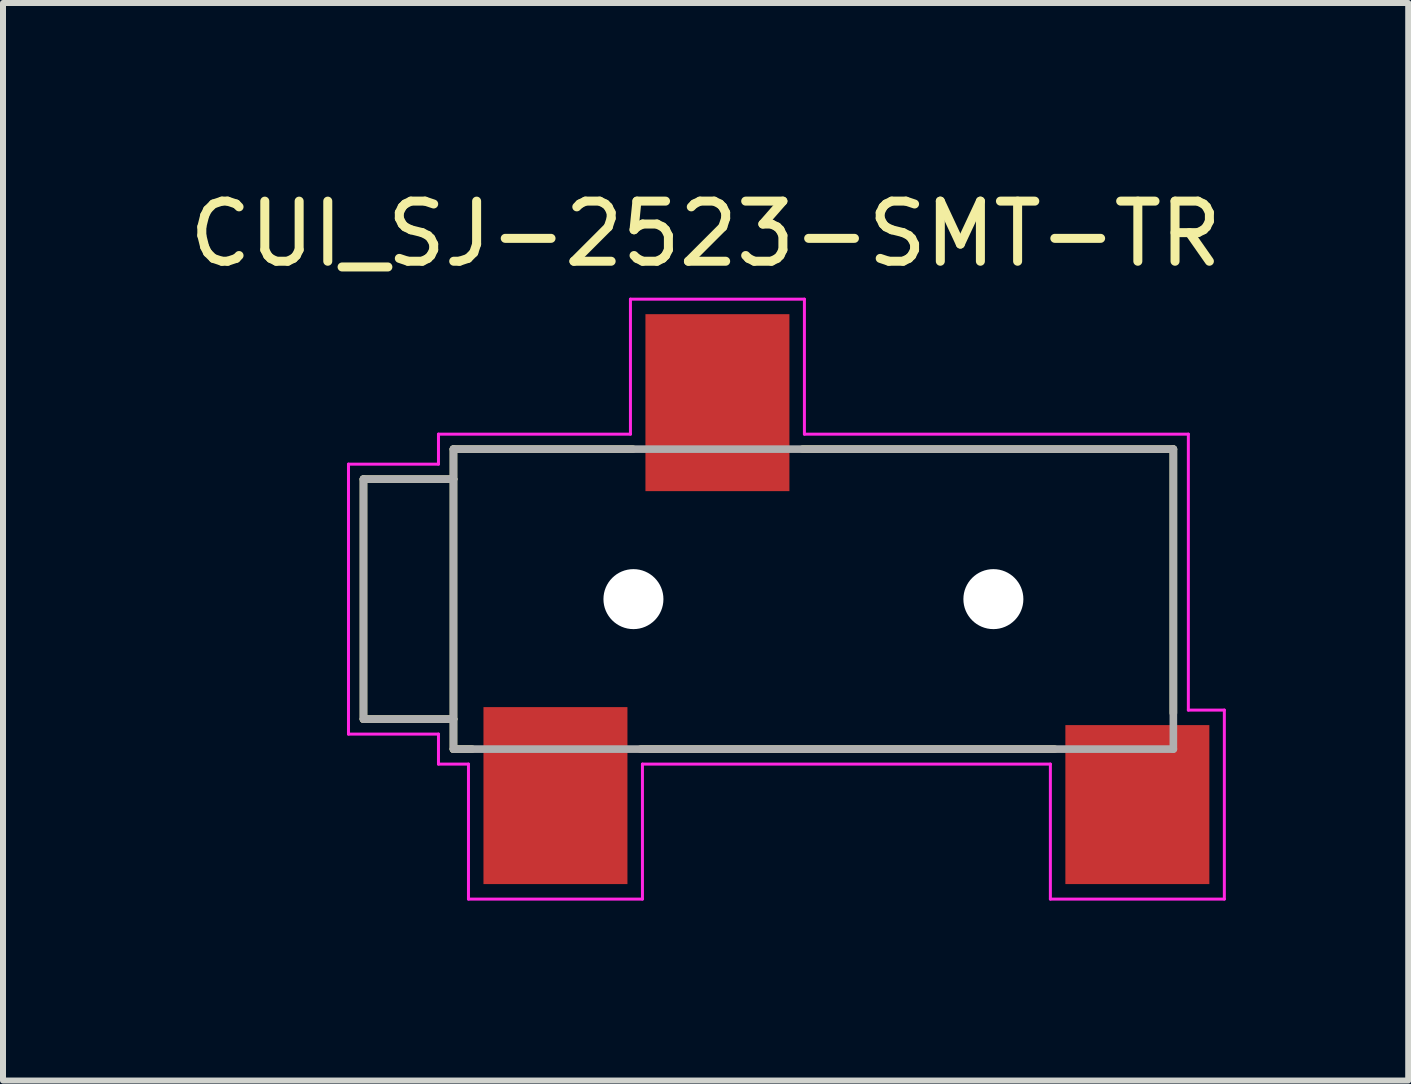
<source format=kicad_pcb>
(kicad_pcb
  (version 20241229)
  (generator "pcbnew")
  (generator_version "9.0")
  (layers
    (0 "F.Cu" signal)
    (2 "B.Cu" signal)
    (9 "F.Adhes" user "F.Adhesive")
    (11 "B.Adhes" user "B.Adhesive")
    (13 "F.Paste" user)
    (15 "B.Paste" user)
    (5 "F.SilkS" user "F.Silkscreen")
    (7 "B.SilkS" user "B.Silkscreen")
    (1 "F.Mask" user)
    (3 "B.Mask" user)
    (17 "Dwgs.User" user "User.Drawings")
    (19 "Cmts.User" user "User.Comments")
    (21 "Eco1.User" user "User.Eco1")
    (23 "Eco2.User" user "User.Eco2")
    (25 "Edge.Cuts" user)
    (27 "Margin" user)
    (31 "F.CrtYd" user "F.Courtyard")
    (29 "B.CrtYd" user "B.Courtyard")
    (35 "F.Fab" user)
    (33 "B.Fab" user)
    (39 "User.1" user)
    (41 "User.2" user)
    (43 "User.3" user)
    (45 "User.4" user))
  (footprint "CUI_SJ-2523-SMT-TR"
    (layer "F.Cu")
    (at 4.509 6.937)
    (property "Reference" "CUI_SJ-2523-SMT-TR" (at 4.203 -6.088 0) (layer "F.SilkS") (effects (font (size 1.002 1.002) (thickness 0.15))))
    (attr through_hole)
    (fp_line (start -1.5 -2) (end -1.5 2) (stroke (width 0.127) (type solid)) (layer "F.SilkS"))
    (fp_line (start -1.5 2) (end 0 2) (stroke (width 0.127) (type solid)) (layer "F.SilkS"))
    (fp_line (start 0 -2.5) (end 0 -2) (stroke (width 0.127) (type solid)) (layer "F.SilkS"))
    (fp_line (start 0 -2.5) (end 2.99 -2.5) (stroke (width 0.127) (type solid)) (layer "F.SilkS"))
    (fp_line (start 0 -2) (end -1.5 -2) (stroke (width 0.127) (type solid)) (layer "F.SilkS"))
    (fp_line (start 0 -2) (end 0 2) (stroke (width 0.127) (type solid)) (layer "F.SilkS"))
    (fp_line (start 0 2) (end 0 2.5) (stroke (width 0.127) (type solid)) (layer "F.SilkS"))
    (fp_line (start 0 2.5) (end 0.31 2.5) (stroke (width 0.127) (type solid)) (layer "F.SilkS"))
    (fp_line (start 5.82 -2.5) (end 12 -2.5) (stroke (width 0.127) (type solid)) (layer "F.SilkS"))
    (fp_line (start 10.02 2.5) (end 3.12 2.5) (stroke (width 0.127) (type solid)) (layer "F.SilkS"))
    (fp_line (start 12 -2.5) (end 12 1.9) (stroke (width 0.127) (type solid)) (layer "F.SilkS"))
    (fp_line (start -1.75 2.25) (end -1.75 -2.25) (stroke (width 0.05) (type solid)) (layer "F.CrtYd"))
    (fp_line (start -0.25 -2.75) (end -0.25 -2.25) (stroke (width 0.05) (type solid)) (layer "F.CrtYd"))
    (fp_line (start -0.25 -2.75) (end 2.95 -2.75) (stroke (width 0.05) (type solid)) (layer "F.CrtYd"))
    (fp_line (start -0.25 -2.25) (end -1.75 -2.25) (stroke (width 0.05) (type solid)) (layer "F.CrtYd"))
    (fp_line (start -0.25 2.25) (end -1.75 2.25) (stroke (width 0.05) (type solid)) (layer "F.CrtYd"))
    (fp_line (start -0.25 2.75) (end -0.25 2.25) (stroke (width 0.05) (type solid)) (layer "F.CrtYd"))
    (fp_line (start 0.25 2.75) (end -0.25 2.75) (stroke (width 0.05) (type solid)) (layer "F.CrtYd"))
    (fp_line (start 0.25 5) (end 0.25 2.75) (stroke (width 0.05) (type solid)) (layer "F.CrtYd"))
    (fp_line (start 2.95 -5) (end 5.85 -5) (stroke (width 0.05) (type solid)) (layer "F.CrtYd"))
    (fp_line (start 2.95 -2.75) (end 2.95 -5) (stroke (width 0.05) (type solid)) (layer "F.CrtYd"))
    (fp_line (start 3.15 2.75) (end 3.15 5) (stroke (width 0.05) (type solid)) (layer "F.CrtYd"))
    (fp_line (start 3.15 5) (end 0.25 5) (stroke (width 0.05) (type solid)) (layer "F.CrtYd"))
    (fp_line (start 5.85 -5) (end 5.85 -2.75) (stroke (width 0.05) (type solid)) (layer "F.CrtYd"))
    (fp_line (start 5.85 -2.75) (end 12.25 -2.75) (stroke (width 0.05) (type solid)) (layer "F.CrtYd"))
    (fp_line (start 9.95 2.75) (end 3.15 2.75) (stroke (width 0.05) (type solid)) (layer "F.CrtYd"))
    (fp_line (start 9.95 5) (end 9.95 2.75) (stroke (width 0.05) (type solid)) (layer "F.CrtYd"))
    (fp_line (start 12.25 -2.75) (end 12.25 1.85) (stroke (width 0.05) (type solid)) (layer "F.CrtYd"))
    (fp_line (start 12.25 1.85) (end 12.85 1.85) (stroke (width 0.05) (type solid)) (layer "F.CrtYd"))
    (fp_line (start 12.85 1.85) (end 12.85 5) (stroke (width 0.05) (type solid)) (layer "F.CrtYd"))
    (fp_line (start 12.85 5) (end 9.95 5) (stroke (width 0.05) (type solid)) (layer "F.CrtYd"))
    (fp_line (start -1.5 -2) (end -1.5 2) (stroke (width 0.127) (type solid)) (layer "F.Fab"))
    (fp_line (start -1.5 2) (end 0 2) (stroke (width 0.127) (type solid)) (layer "F.Fab"))
    (fp_line (start 0 -2.5) (end 0 -2) (stroke (width 0.127) (type solid)) (layer "F.Fab"))
    (fp_line (start 0 -2) (end -1.5 -2) (stroke (width 0.127) (type solid)) (layer "F.Fab"))
    (fp_line (start 0 -2) (end 0 2) (stroke (width 0.127) (type solid)) (layer "F.Fab"))
    (fp_line (start 0 2) (end 0 2.5) (stroke (width 0.127) (type solid)) (layer "F.Fab"))
    (fp_line (start 0 2.5) (end 12 2.5) (stroke (width 0.127) (type solid)) (layer "F.Fab"))
    (fp_line (start 12 -2.5) (end 0 -2.5) (stroke (width 0.127) (type solid)) (layer "F.Fab"))
    (fp_line (start 12 2.5) (end 12 -2.5) (stroke (width 0.127) (type solid)) (layer "F.Fab"))
    (pad "" np_thru_hole circle (at 3 0) (size 1 1) (drill 1) (layers "*.Cu" "*.Mask"))
    (pad "" np_thru_hole circle (at 9 0) (size 1 1) (drill 1) (layers "*.Cu" "*.Mask"))
    (pad "G" smd rect (at 1.7 3.275) (size 2.4 2.95) (layers "F.Cu" "F.Mask" "F.Paste"))
    (pad "S" smd rect (at 4.4 -3.275) (size 2.4 2.95) (layers "F.Cu" "F.Mask" "F.Paste"))
    (pad "T" smd rect (at 11.4 3.425) (size 2.4 2.65) (layers "F.Cu" "F.Mask" "F.Paste")))
  (gr_rect
    (start -3 -3)
    (end 20.424 14.962)
    (stroke (width 0.1) (type default))
    (fill no)
    (layer "Edge.Cuts")))
</source>
